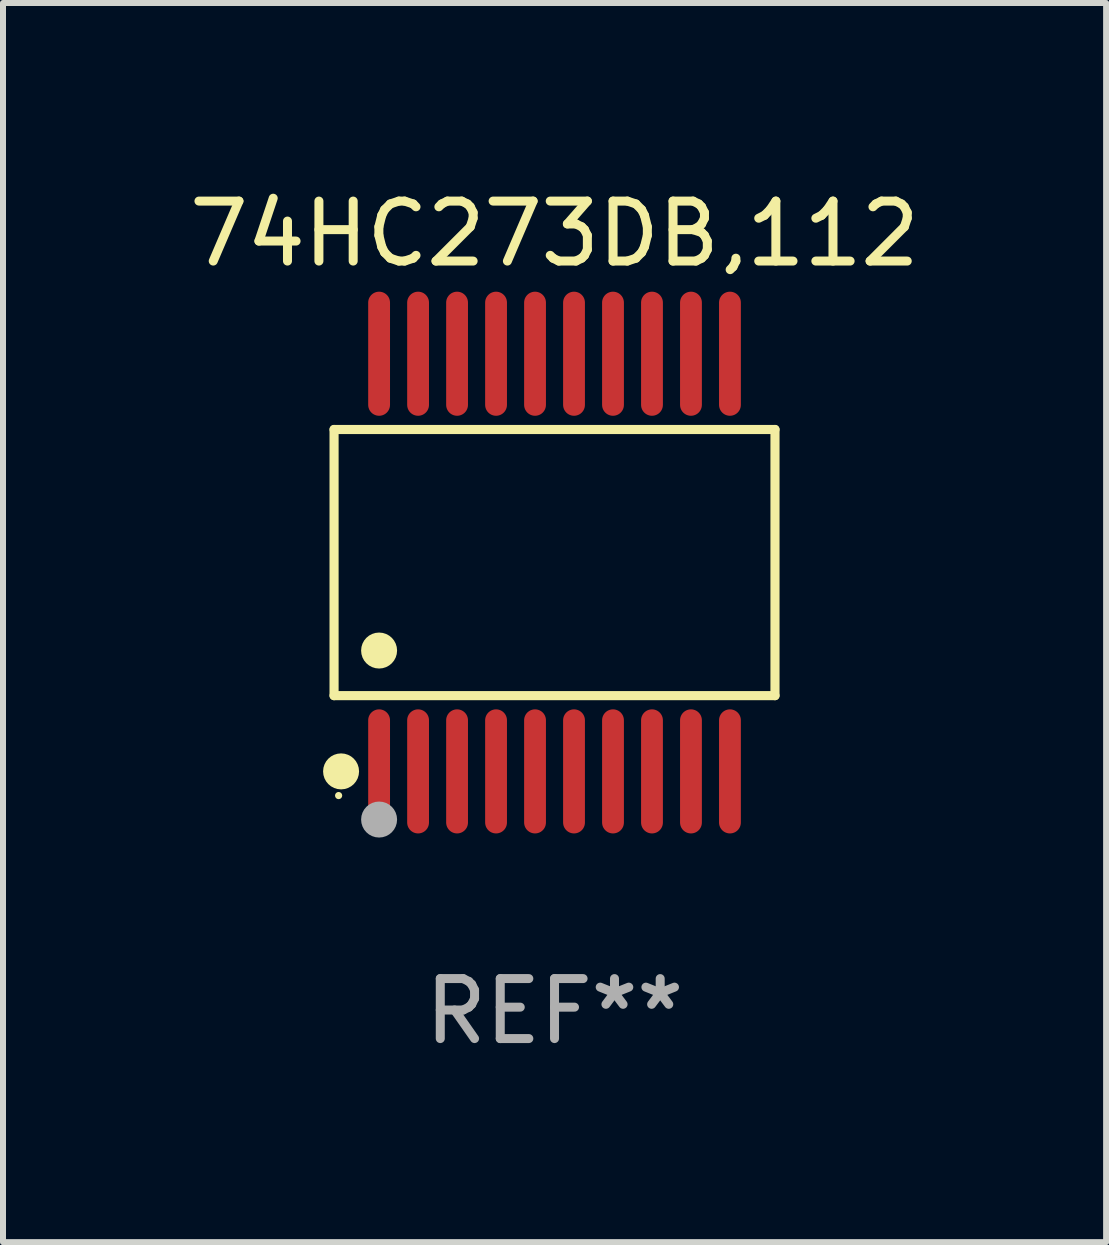
<source format=kicad_pcb>
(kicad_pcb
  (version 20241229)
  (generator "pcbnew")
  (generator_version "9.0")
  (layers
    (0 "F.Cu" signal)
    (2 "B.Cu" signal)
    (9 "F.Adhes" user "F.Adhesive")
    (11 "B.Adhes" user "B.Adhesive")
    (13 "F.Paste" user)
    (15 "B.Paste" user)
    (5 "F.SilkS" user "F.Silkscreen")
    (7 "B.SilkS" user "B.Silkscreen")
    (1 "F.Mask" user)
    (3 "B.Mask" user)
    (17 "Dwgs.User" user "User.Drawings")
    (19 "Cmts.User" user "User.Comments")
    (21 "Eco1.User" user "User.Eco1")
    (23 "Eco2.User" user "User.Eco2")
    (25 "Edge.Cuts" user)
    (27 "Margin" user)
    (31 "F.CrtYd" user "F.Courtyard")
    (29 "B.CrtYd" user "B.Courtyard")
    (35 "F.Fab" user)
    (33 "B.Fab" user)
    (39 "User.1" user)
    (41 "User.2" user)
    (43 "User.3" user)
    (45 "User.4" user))
  (footprint "74HC273DB,112"
    (layer "F.Cu")
    (at 6.196 6.33)
    (property "Reference" "74HC273DB,112" (at 0 -5.482 0) (layer "F.SilkS") (effects (font (size 1 1) (thickness 0.15))))
    (attr through_hole)
    (fp_line (start -3.676 -2.219) (end 3.676 -2.219) (stroke (width 0.152) (type solid)) (layer "F.SilkS"))
    (fp_line (start -3.676 2.219) (end -3.676 -2.219) (stroke (width 0.152) (type solid)) (layer "F.SilkS"))
    (fp_line (start 3.676 -2.219) (end 3.676 2.219) (stroke (width 0.152) (type solid)) (layer "F.SilkS"))
    (fp_line (start 3.676 2.219) (end -3.676 2.219) (stroke (width 0.152) (type solid)) (layer "F.SilkS"))
    (fp_circle (center -3.6 3.885) (end -3.57 3.885) (stroke (width 0.06) (type solid)) (fill no) (layer "F.SilkS"))
    (fp_circle (center -3.559 3.482) (end -3.409 3.482) (stroke (width 0.3) (type solid)) (fill no) (layer "F.SilkS"))
    (fp_circle (center -2.925 1.467) (end -2.775 1.467) (stroke (width 0.3) (type solid)) (fill no) (layer "F.SilkS"))
    (fp_circle (center -2.925 4.285) (end -2.775 4.285) (stroke (width 0.3) (type solid)) (fill no) (layer "F.Fab"))
    (fp_text user "REF**" (at 0 7.482 0) (layer "F.Fab") (effects (font (size 1 1) (thickness 0.15))))
    (pad "1" smd oval (at -2.925 3.482) (size 0.364 2.069) (layers "F.Cu" "F.Mask" "F.Paste"))
    (pad "2" smd oval (at -2.275 3.482) (size 0.364 2.069) (layers "F.Cu" "F.Mask" "F.Paste"))
    (pad "3" smd oval (at -1.625 3.482) (size 0.364 2.069) (layers "F.Cu" "F.Mask" "F.Paste"))
    (pad "4" smd oval (at -0.975 3.482) (size 0.364 2.069) (layers "F.Cu" "F.Mask" "F.Paste"))
    (pad "5" smd oval (at -0.325 3.482) (size 0.364 2.069) (layers "F.Cu" "F.Mask" "F.Paste"))
    (pad "6" smd oval (at 0.325 3.482) (size 0.364 2.069) (layers "F.Cu" "F.Mask" "F.Paste"))
    (pad "7" smd oval (at 0.975 3.482) (size 0.364 2.069) (layers "F.Cu" "F.Mask" "F.Paste"))
    (pad "8" smd oval (at 1.625 3.482) (size 0.364 2.069) (layers "F.Cu" "F.Mask" "F.Paste"))
    (pad "9" smd oval (at 2.275 3.482) (size 0.364 2.069) (layers "F.Cu" "F.Mask" "F.Paste"))
    (pad "10" smd oval (at 2.925 3.482) (size 0.364 2.069) (layers "F.Cu" "F.Mask" "F.Paste"))
    (pad "11" smd oval (at 2.925 -3.482) (size 0.364 2.069) (layers "F.Cu" "F.Mask" "F.Paste"))
    (pad "12" smd oval (at 2.275 -3.482) (size 0.364 2.069) (layers "F.Cu" "F.Mask" "F.Paste"))
    (pad "13" smd oval (at 1.625 -3.482) (size 0.364 2.069) (layers "F.Cu" "F.Mask" "F.Paste"))
    (pad "14" smd oval (at 0.975 -3.482) (size 0.364 2.069) (layers "F.Cu" "F.Mask" "F.Paste"))
    (pad "15" smd oval (at 0.325 -3.482) (size 0.364 2.069) (layers "F.Cu" "F.Mask" "F.Paste"))
    (pad "16" smd oval (at -0.325 -3.482) (size 0.364 2.069) (layers "F.Cu" "F.Mask" "F.Paste"))
    (pad "17" smd oval (at -0.975 -3.482) (size 0.364 2.069) (layers "F.Cu" "F.Mask" "F.Paste"))
    (pad "18" smd oval (at -1.625 -3.482) (size 0.364 2.069) (layers "F.Cu" "F.Mask" "F.Paste"))
    (pad "19" smd oval (at -2.275 -3.482) (size 0.364 2.069) (layers "F.Cu" "F.Mask" "F.Paste"))
    (pad "20" smd oval (at -2.925 -3.482) (size 0.364 2.069) (layers "F.Cu" "F.Mask" "F.Paste")))
  (gr_rect
    (start -3 -3)
    (end 15.393 17.661)
    (stroke (width 0.1) (type default))
    (fill no)
    (layer "Edge.Cuts")))
</source>
